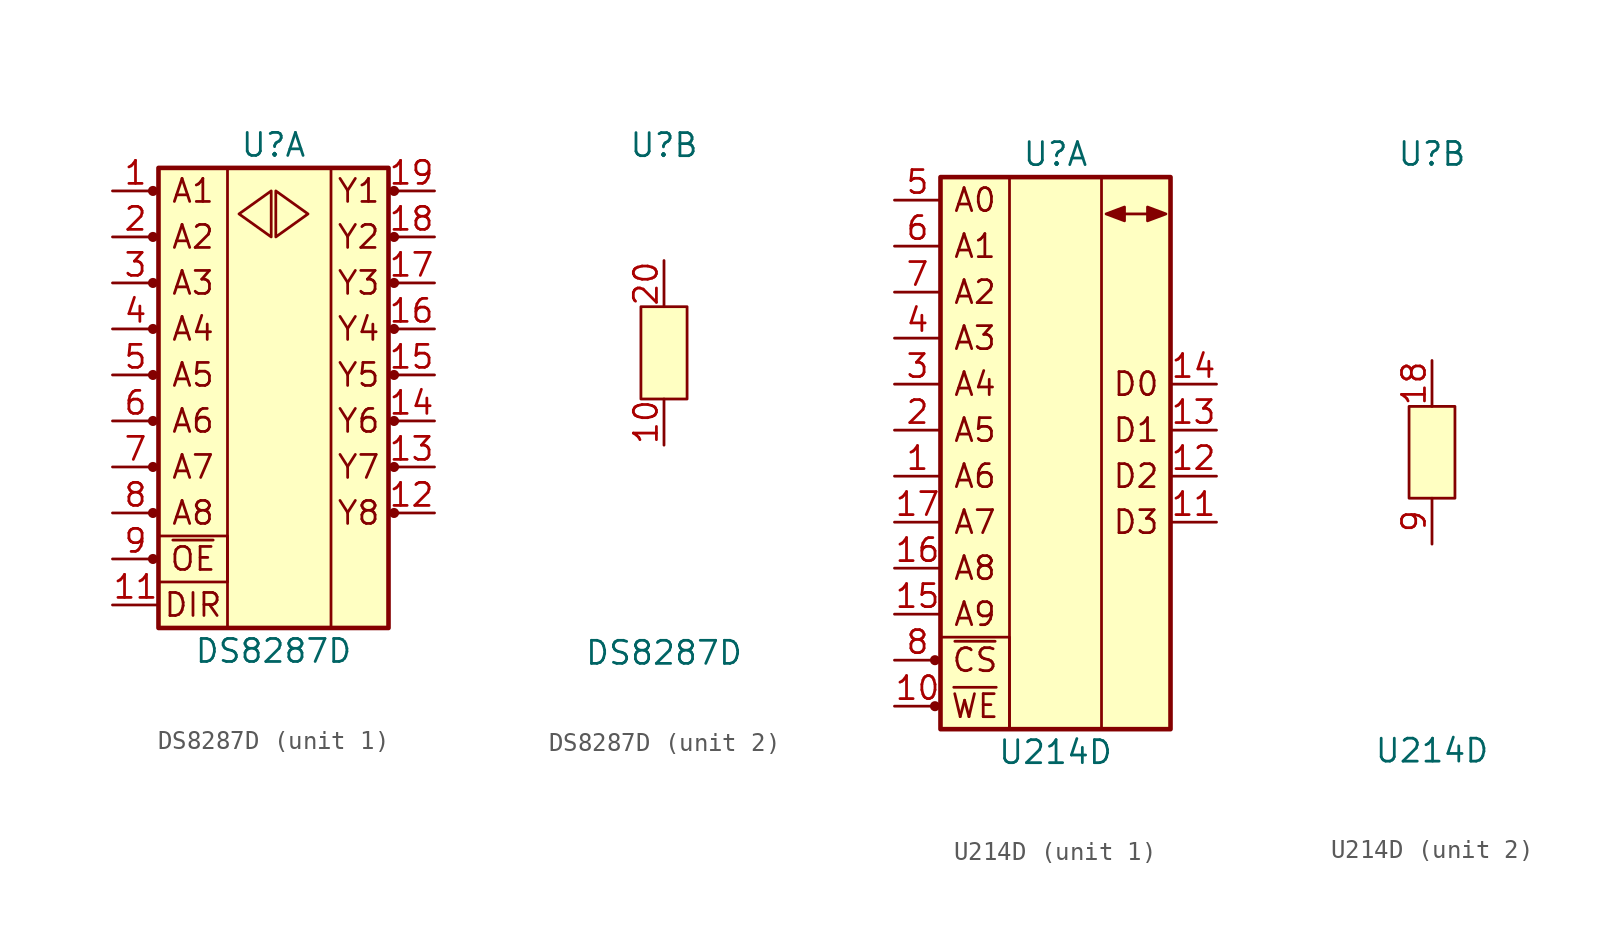
<source format=kicad_sym>
(kicad_symbol_lib
  (version 20211014)
  (generator kicad_symbol_editor)
  (symbol "DS8287D"
    (pin_names
      (offset 1.016) hide)
    (property "Reference" "U"
      (at 0 11.43 0)
      (effects (font (size 1.27 1.27))))
    (property "Value" "DS8287D"
      (at 0 -16.51 0)
      (effects (font (size 1.27 1.27))))
    (property "ki_locked" ""
      (at 0 0 0)
      (effects (font (size 1.27 1.27))))
    (symbol "DS8287D_1_1"
      (circle (center -6.655 -11.43) (radius 0.203) (stroke (width 0) (type default) (color 0 0 0 0)) (fill (type outline)))
      (circle (center -6.655 -8.89) (radius 0.203) (stroke (width 0) (type default) (color 0 0 0 0)) (fill (type outline)))
      (circle (center -6.655 -6.35) (radius 0.203) (stroke (width 0) (type default) (color 0 0 0 0)) (fill (type outline)))
      (circle (center -6.655 -3.81) (radius 0.203) (stroke (width 0) (type default) (color 0 0 0 0)) (fill (type outline)))
      (circle (center -6.655 -1.27) (radius 0.203) (stroke (width 0) (type default) (color 0 0 0 0)) (fill (type outline)))
      (circle (center -6.655 1.27) (radius 0.203) (stroke (width 0) (type default) (color 0 0 0 0)) (fill (type outline)))
      (circle (center -6.655 3.81) (radius 0.203) (stroke (width 0) (type default) (color 0 0 0 0)) (fill (type outline)))
      (circle (center -6.655 6.35) (radius 0.203) (stroke (width 0) (type default) (color 0 0 0 0)) (fill (type outline)))
      (circle (center -6.655 8.89) (radius 0.203) (stroke (width 0) (type default) (color 0 0 0 0)) (fill (type outline)))
      (rectangle (start -6.35 -10.16) (end -2.54 -12.7) (stroke (width 0) (type default) (color 0 0 0 0)) (fill (type none)))
      (rectangle (start -6.35 10.16) (end 6.35 -15.24) (stroke (width 0.254) (type default) (color 0 0 0 0)) (fill (type background)))
      (polyline (pts (xy -0.127 8.89) (xy -1.905 7.62) (xy -0.127 6.35) (xy -0.127 8.89)) (stroke (width 0) (type default) (color 0 0 0 0)) (fill (type none)))
      (polyline (pts (xy 0.127 8.89) (xy 1.905 7.62) (xy 0.127 6.35) (xy 0.127 8.89)) (stroke (width 0) (type default) (color 0 0 0 0)) (fill (type none)))
      (rectangle (start 3.175 10.16) (end -2.54 -15.24) (stroke (width 0) (type default) (color 0 0 0 0)) (fill (type none)))
      (circle (center 6.655 -8.89) (radius 0.203) (stroke (width 0) (type default) (color 0 0 0 0)) (fill (type outline)))
      (circle (center 6.655 -6.35) (radius 0.203) (stroke (width 0) (type default) (color 0 0 0 0)) (fill (type outline)))
      (circle (center 6.655 -3.81) (radius 0.203) (stroke (width 0) (type default) (color 0 0 0 0)) (fill (type outline)))
      (circle (center 6.655 -1.27) (radius 0.203) (stroke (width 0) (type default) (color 0 0 0 0)) (fill (type outline)))
      (circle (center 6.655 1.27) (radius 0.203) (stroke (width 0) (type default) (color 0 0 0 0)) (fill (type outline)))
      (circle (center 6.655 3.81) (radius 0.203) (stroke (width 0) (type default) (color 0 0 0 0)) (fill (type outline)))
      (circle (center 6.655 6.35) (radius 0.203) (stroke (width 0) (type default) (color 0 0 0 0)) (fill (type outline)))
      (circle (center 6.655 8.89) (radius 0.203) (stroke (width 0) (type default) (color 0 0 0 0)) (fill (type outline)))
      (text "A1" (at -4.445 8.89 0) (effects (font (size 1.27 1.27))))
      (text "A2" (at -4.445 6.35 0) (effects (font (size 1.27 1.27))))
      (text "A3" (at -4.445 3.81 0) (effects (font (size 1.27 1.27))))
      (text "A4" (at -4.445 1.27 0) (effects (font (size 1.27 1.27))))
      (text "A5" (at -4.445 -1.27 0) (effects (font (size 1.27 1.27))))
      (text "A6" (at -4.445 -3.81 0) (effects (font (size 1.27 1.27))))
      (text "A7" (at -4.445 -6.35 0) (effects (font (size 1.27 1.27))))
      (text "A8" (at -4.445 -8.89 0) (effects (font (size 1.27 1.27))))
      (text "DIR" (at -4.445 -13.97 0) (effects (font (size 1.27 1.27))))
      (text "Y1" (at 4.699 8.89 0) (effects (font (size 1.27 1.27))))
      (text "Y2" (at 4.699 6.35 0) (effects (font (size 1.27 1.27))))
      (text "Y3" (at 4.699 3.81 0) (effects (font (size 1.27 1.27))))
      (text "Y4" (at 4.699 1.27 0) (effects (font (size 1.27 1.27))))
      (text "Y5" (at 4.699 -1.27 0) (effects (font (size 1.27 1.27))))
      (text "Y6" (at 4.699 -3.81 0) (effects (font (size 1.27 1.27))))
      (text "Y7" (at 4.699 -6.35 0) (effects (font (size 1.27 1.27))))
      (text "Y8" (at 4.699 -8.89 0) (effects (font (size 1.27 1.27))))
      (text "~{OE}" (at -4.445 -11.43 0) (effects (font (size 1.27 1.27))))
      (pin bidirectional line (at -8.89 8.89 0) (length 2.54) (name "A1" (effects (font (size 1.27 1.27)))) (number "1" (effects (font (size 1.27 1.27)))))
      (pin input line (at -8.89 -13.97 0) (length 2.54) (name "STB" (effects (font (size 1.27 1.27)))) (number "11" (effects (font (size 1.27 1.27)))))
      (pin bidirectional line (at 8.89 -8.89 180) (length 2.54) (name "Y8" (effects (font (size 1.27 1.27)))) (number "12" (effects (font (size 1.27 1.27)))))
      (pin bidirectional line (at 8.89 -6.35 180) (length 2.54) (name "Y7" (effects (font (size 1.27 1.27)))) (number "13" (effects (font (size 1.27 1.27)))))
      (pin bidirectional line (at 8.89 -3.81 180) (length 2.54) (name "Y6" (effects (font (size 1.27 1.27)))) (number "14" (effects (font (size 1.27 1.27)))))
      (pin bidirectional line (at 8.89 -1.27 180) (length 2.54) (name "Y5" (effects (font (size 1.27 1.27)))) (number "15" (effects (font (size 1.27 1.27)))))
      (pin bidirectional line (at 8.89 1.27 180) (length 2.54) (name "A4" (effects (font (size 1.27 1.27)))) (number "16" (effects (font (size 1.27 1.27)))))
      (pin bidirectional line (at 8.89 3.81 180) (length 2.54) (name "Y3" (effects (font (size 1.27 1.27)))) (number "17" (effects (font (size 1.27 1.27)))))
      (pin bidirectional line (at 8.89 6.35 180) (length 2.54) (name "Y2" (effects (font (size 1.27 1.27)))) (number "18" (effects (font (size 1.27 1.27)))))
      (pin bidirectional line (at 8.89 8.89 180) (length 2.54) (name "Y1" (effects (font (size 1.27 1.27)))) (number "19" (effects (font (size 1.27 1.27)))))
      (pin bidirectional line (at -8.89 6.35 0) (length 2.54) (name "A2" (effects (font (size 1.27 1.27)))) (number "2" (effects (font (size 1.27 1.27)))))
      (pin bidirectional line (at -8.89 3.81 0) (length 2.54) (name "A3" (effects (font (size 1.27 1.27)))) (number "3" (effects (font (size 1.27 1.27)))))
      (pin bidirectional line (at -8.89 1.27 0) (length 2.54) (name "A4" (effects (font (size 1.27 1.27)))) (number "4" (effects (font (size 1.27 1.27)))))
      (pin bidirectional line (at -8.89 -1.27 0) (length 2.54) (name "A5" (effects (font (size 1.27 1.27)))) (number "5" (effects (font (size 1.27 1.27)))))
      (pin bidirectional line (at -8.89 -3.81 0) (length 2.54) (name "A6" (effects (font (size 1.27 1.27)))) (number "6" (effects (font (size 1.27 1.27)))))
      (pin bidirectional line (at -8.89 -6.35 0) (length 2.54) (name "A7" (effects (font (size 1.27 1.27)))) (number "7" (effects (font (size 1.27 1.27)))))
      (pin bidirectional line (at -8.89 -8.89 0) (length 2.54) (name "A8" (effects (font (size 1.27 1.27)))) (number "8" (effects (font (size 1.27 1.27)))))
      (pin bidirectional line (at -8.89 -11.43 0) (length 2.54) (name "~{OE}" (effects (font (size 1.27 1.27)))) (number "9" (effects (font (size 1.27 1.27))))))
    (symbol "DS8287D_2_1"
      (rectangle (start -1.27 2.54) (end 1.27 -2.54) (stroke (width 0) (type default) (color 0 0 0 0)) (fill (type background)))
      (pin power_in line (at 0 -5.08 90) (length 2.54) (name "GND" (effects (font (size 1.27 1.27)))) (number "10" (effects (font (size 1.27 1.27)))))
      (pin power_in line (at 0 5.08 270) (length 2.54) (name "Vcc" (effects (font (size 1.27 1.27)))) (number "20" (effects (font (size 1.27 1.27)))))))
  (symbol "U214D"
    (pin_names
      (offset 1.016) hide)
    (property "Reference" "U"
      (at 0 16.51 0)
      (effects (font (size 1.27 1.27))))
    (property "Value" "U214D"
      (at 0 -16.51 0)
      (effects (font (size 1.27 1.27))))
    (property "ki_locked" ""
      (at 0 0 0)
      (effects (font (size 1.27 1.27))))
    (symbol "U214D_1_1"
      (circle (center -6.655 -13.97) (radius 0.203) (stroke (width 0) (type default) (color 0 0 0 0)) (fill (type outline)))
      (circle (center -6.655 -11.43) (radius 0.203) (stroke (width 0) (type default) (color 0 0 0 0)) (fill (type outline)))
      (rectangle (start -6.35 -10.16) (end -2.54 -15.24) (stroke (width 0) (type default) (color 0 0 0 0)) (fill (type none)))
      (rectangle (start -6.35 15.24) (end 6.35 -15.24) (stroke (width 0.254) (type default) (color 0 0 0 0)) (fill (type background)))
      (rectangle (start -2.54 15.24) (end 2.54 -15.24) (stroke (width 0) (type default) (color 0 0 0 0)) (fill (type none)))
      (polyline (pts (xy 3.81 13.208) (xy 5.08 13.208)) (stroke (width 0) (type default) (color 0 0 0 0)) (fill (type none)))
      (polyline (pts (xy 3.81 13.589) (xy 2.794 13.208) (xy 3.81 12.827) (xy 3.81 13.589)) (stroke (width 0) (type default) (color 0 0 0 0)) (fill (type outline)))
      (polyline (pts (xy 5.08 13.589) (xy 6.096 13.208) (xy 5.08 12.827) (xy 5.08 13.589)) (stroke (width 0) (type default) (color 0 0 0 0)) (fill (type outline)))
      (text "A0" (at -4.445 13.97 0) (effects (font (size 1.27 1.27))))
      (text "A1" (at -4.445 11.43 0) (effects (font (size 1.27 1.27))))
      (text "A2" (at -4.445 8.89 0) (effects (font (size 1.27 1.27))))
      (text "A3" (at -4.445 6.35 0) (effects (font (size 1.27 1.27))))
      (text "A4" (at -4.445 3.81 0) (effects (font (size 1.27 1.27))))
      (text "A5" (at -4.445 1.27 0) (effects (font (size 1.27 1.27))))
      (text "A6" (at -4.445 -1.27 0) (effects (font (size 1.27 1.27))))
      (text "A7" (at -4.445 -3.81 0) (effects (font (size 1.27 1.27))))
      (text "A8" (at -4.445 -6.35 0) (effects (font (size 1.27 1.27))))
      (text "A9" (at -4.445 -8.89 0) (effects (font (size 1.27 1.27))))
      (text "D0" (at 4.445 3.81 0) (effects (font (size 1.27 1.27))))
      (text "D1" (at 4.445 1.27 0) (effects (font (size 1.27 1.27))))
      (text "D2" (at 4.445 -1.27 0) (effects (font (size 1.27 1.27))))
      (text "D3" (at 4.445 -3.81 0) (effects (font (size 1.27 1.27))))
      (text "~{CS}" (at -4.445 -11.43 0) (effects (font (size 1.27 1.27))))
      (text "~{WE}" (at -4.445 -13.97 0) (effects (font (size 1.27 1.27))))
      (pin input line (at -8.89 -1.27 0) (length 2.54) (name "A6" (effects (font (size 1.27 1.27)))) (number "1" (effects (font (size 1.27 1.27)))))
      (pin input line (at -8.89 -13.97 0) (length 2.54) (name "~{WE}" (effects (font (size 1.27 1.27)))) (number "10" (effects (font (size 1.27 1.27)))))
      (pin tri_state line (at 8.89 -3.81 180) (length 2.54) (name "D3" (effects (font (size 1.27 1.27)))) (number "11" (effects (font (size 1.27 1.27)))))
      (pin tri_state line (at 8.89 -1.27 180) (length 2.54) (name "D2" (effects (font (size 1.27 1.27)))) (number "12" (effects (font (size 1.27 1.27)))))
      (pin tri_state line (at 8.89 1.27 180) (length 2.54) (name "D1" (effects (font (size 1.27 1.27)))) (number "13" (effects (font (size 1.27 1.27)))))
      (pin tri_state line (at 8.89 3.81 180) (length 2.54) (name "D0" (effects (font (size 1.27 1.27)))) (number "14" (effects (font (size 1.27 1.27)))))
      (pin input line (at -8.89 -8.89 0) (length 2.54) (name "A9" (effects (font (size 1.27 1.27)))) (number "15" (effects (font (size 1.27 1.27)))))
      (pin input line (at -8.89 -6.35 0) (length 2.54) (name "A8" (effects (font (size 1.27 1.27)))) (number "16" (effects (font (size 1.27 1.27)))))
      (pin input line (at -8.89 -3.81 0) (length 2.54) (name "A7" (effects (font (size 1.27 1.27)))) (number "17" (effects (font (size 1.27 1.27)))))
      (pin input line (at -8.89 1.27 0) (length 2.54) (name "A5" (effects (font (size 1.27 1.27)))) (number "2" (effects (font (size 1.27 1.27)))))
      (pin input line (at -8.89 3.81 0) (length 2.54) (name "A4" (effects (font (size 1.27 1.27)))) (number "3" (effects (font (size 1.27 1.27)))))
      (pin input line (at -8.89 6.35 0) (length 2.54) (name "A3" (effects (font (size 1.27 1.27)))) (number "4" (effects (font (size 1.27 1.27)))))
      (pin input line (at -8.89 13.97 0) (length 2.54) (name "A0" (effects (font (size 1.27 1.27)))) (number "5" (effects (font (size 1.27 1.27)))))
      (pin input line (at -8.89 11.43 0) (length 2.54) (name "A1" (effects (font (size 1.27 1.27)))) (number "6" (effects (font (size 1.27 1.27)))))
      (pin input line (at -8.89 8.89 0) (length 2.54) (name "A2" (effects (font (size 1.27 1.27)))) (number "7" (effects (font (size 1.27 1.27)))))
      (pin input line (at -8.89 -11.43 0) (length 2.54) (name "~{CS}" (effects (font (size 1.27 1.27)))) (number "8" (effects (font (size 1.27 1.27))))))
    (symbol "U214D_2_1"
      (rectangle (start -1.27 2.54) (end 1.27 -2.54) (stroke (width 0) (type default) (color 0 0 0 0)) (fill (type background)))
      (pin power_in line (at 0 5.08 270) (length 2.54) (name "Udd" (effects (font (size 1.27 1.27)))) (number "18" (effects (font (size 1.27 1.27)))))
      (pin power_in line (at 0 -5.08 90) (length 2.54) (name "Uss" (effects (font (size 1.27 1.27)))) (number "9" (effects (font (size 1.27 1.27))))))))
</source>
